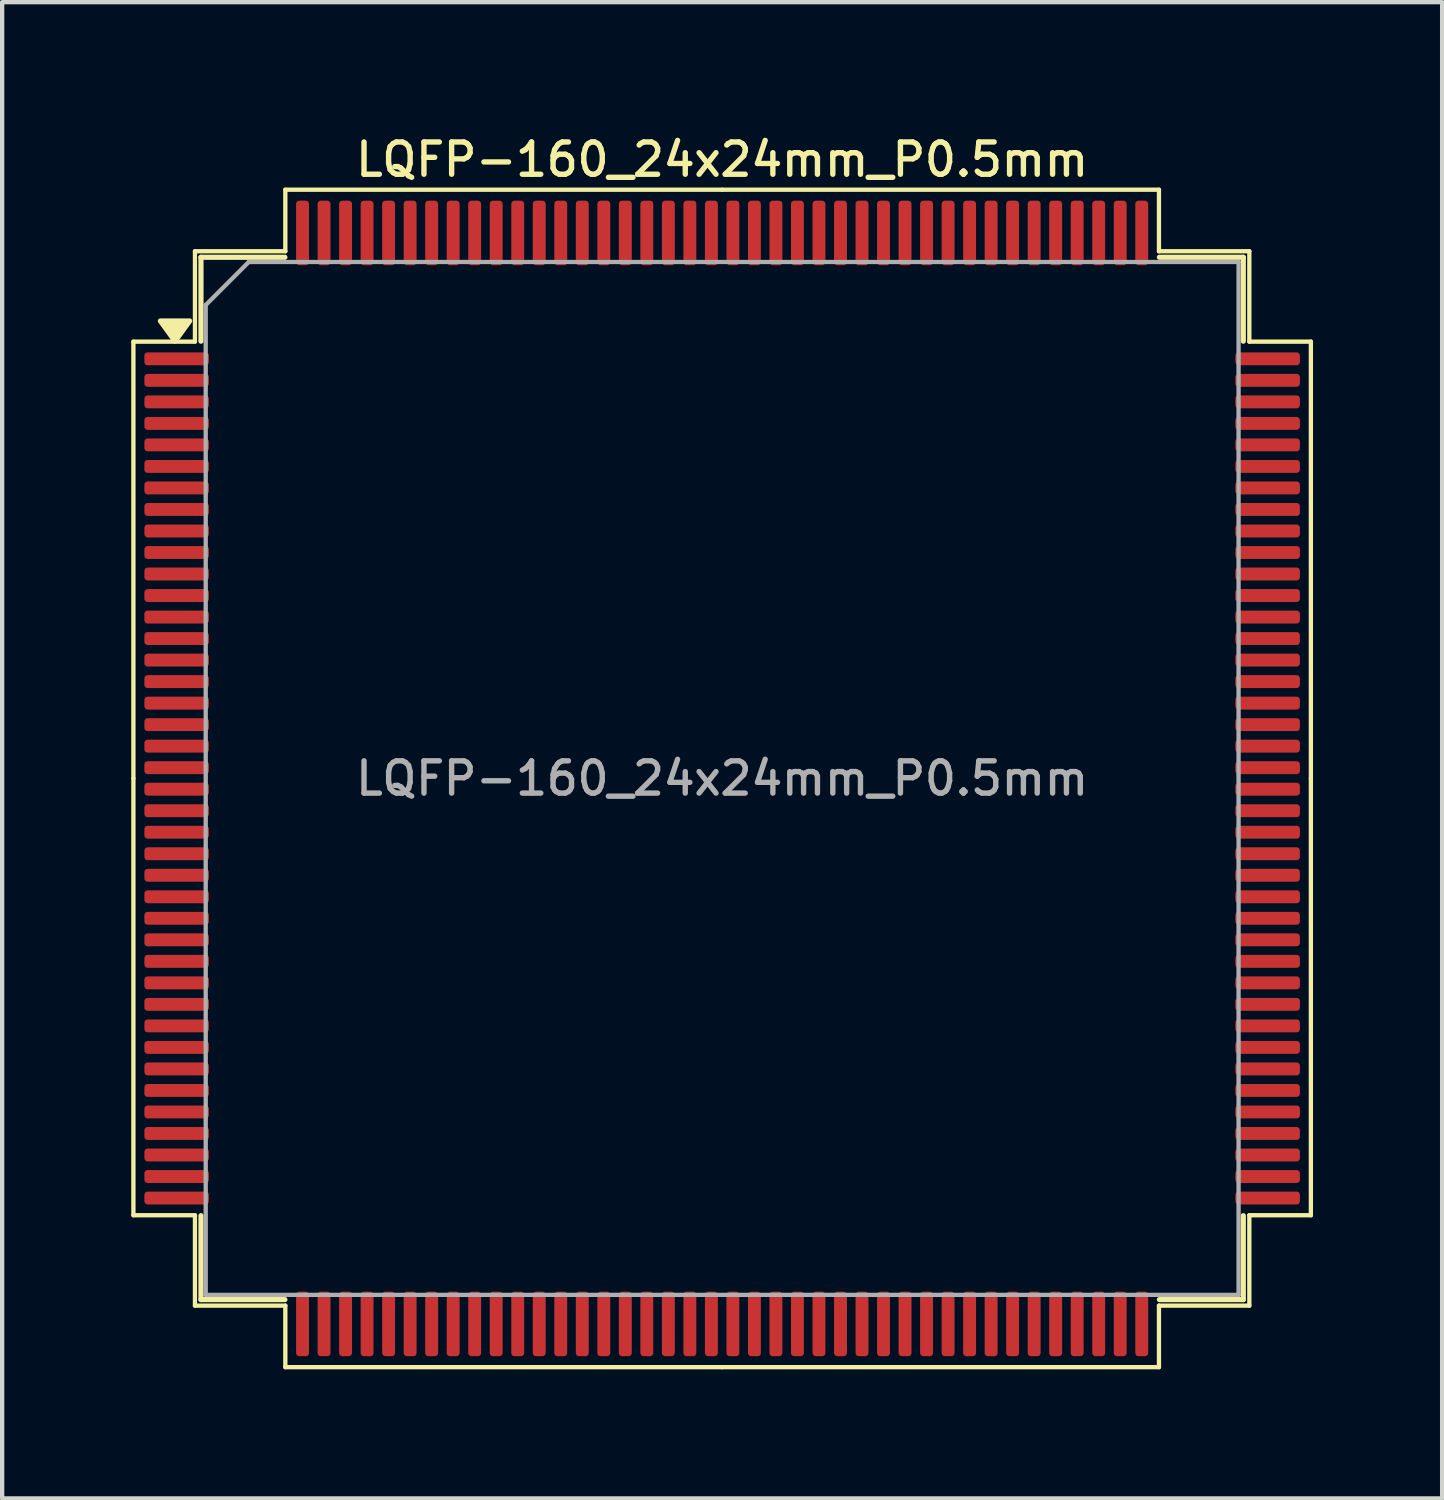
<source format=kicad_pcb>
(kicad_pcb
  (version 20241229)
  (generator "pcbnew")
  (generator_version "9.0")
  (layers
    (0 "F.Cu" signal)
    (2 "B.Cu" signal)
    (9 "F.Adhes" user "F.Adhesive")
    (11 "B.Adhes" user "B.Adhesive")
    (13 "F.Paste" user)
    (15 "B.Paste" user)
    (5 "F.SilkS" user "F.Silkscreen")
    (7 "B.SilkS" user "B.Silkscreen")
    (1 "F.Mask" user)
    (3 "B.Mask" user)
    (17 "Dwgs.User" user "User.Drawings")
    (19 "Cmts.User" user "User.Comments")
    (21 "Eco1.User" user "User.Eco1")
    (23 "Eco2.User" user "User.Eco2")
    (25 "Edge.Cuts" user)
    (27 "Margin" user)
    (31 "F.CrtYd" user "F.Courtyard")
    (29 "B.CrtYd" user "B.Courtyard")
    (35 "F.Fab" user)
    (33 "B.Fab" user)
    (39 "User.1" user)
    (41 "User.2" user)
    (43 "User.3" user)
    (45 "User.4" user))
  (footprint "LQFP-160_24x24mm_P0.5mm"
    (layer "F.Cu")
    (at 13.73 15.038)
    (property "Reference" "LQFP-160_24x24mm_P0.5mm" (at 0 -14.38 0) (layer "F.SilkS") (effects (font (size 0.75 0.75) (thickness 0.125))))
    (attr smd)
    (fp_line (start -13.68 -10.15) (end -13.68 0) (stroke (width 0.1) (type solid)) (layer "F.SilkS"))
    (fp_line (start -13.68 10.15) (end -13.68 0) (stroke (width 0.1) (type solid)) (layer "F.SilkS"))
    (fp_line (start -12.25 -12.25) (end -12.25 -10.15) (stroke (width 0.1) (type solid)) (layer "F.SilkS"))
    (fp_line (start -12.25 -10.15) (end -13.68 -10.15) (stroke (width 0.1) (type solid)) (layer "F.SilkS"))
    (fp_line (start -12.25 10.15) (end -13.68 10.15) (stroke (width 0.1) (type solid)) (layer "F.SilkS"))
    (fp_line (start -12.25 12.25) (end -12.25 10.15) (stroke (width 0.1) (type solid)) (layer "F.SilkS"))
    (fp_line (start -12.11 -12.11) (end -12.11 -10.16) (stroke (width 0.12) (type solid)) (layer "F.SilkS"))
    (fp_line (start -12.11 12.11) (end -12.11 10.16) (stroke (width 0.12) (type solid)) (layer "F.SilkS"))
    (fp_line (start -10.16 -12.11) (end -12.11 -12.11) (stroke (width 0.12) (type solid)) (layer "F.SilkS"))
    (fp_line (start -10.16 12.11) (end -12.11 12.11) (stroke (width 0.12) (type solid)) (layer "F.SilkS"))
    (fp_line (start -10.15 -13.68) (end -10.15 -12.25) (stroke (width 0.1) (type solid)) (layer "F.SilkS"))
    (fp_line (start -10.15 -12.25) (end -12.25 -12.25) (stroke (width 0.1) (type solid)) (layer "F.SilkS"))
    (fp_line (start -10.15 12.25) (end -12.25 12.25) (stroke (width 0.1) (type solid)) (layer "F.SilkS"))
    (fp_line (start -10.15 13.68) (end -10.15 12.25) (stroke (width 0.1) (type solid)) (layer "F.SilkS"))
    (fp_line (start 0 -13.68) (end -10.15 -13.68) (stroke (width 0.1) (type solid)) (layer "F.SilkS"))
    (fp_line (start 0 -13.68) (end 10.15 -13.68) (stroke (width 0.1) (type solid)) (layer "F.SilkS"))
    (fp_line (start 0 13.68) (end -10.15 13.68) (stroke (width 0.1) (type solid)) (layer "F.SilkS"))
    (fp_line (start 0 13.68) (end 10.15 13.68) (stroke (width 0.1) (type solid)) (layer "F.SilkS"))
    (fp_line (start 10.15 -13.68) (end 10.15 -12.25) (stroke (width 0.1) (type solid)) (layer "F.SilkS"))
    (fp_line (start 10.15 -12.25) (end 12.25 -12.25) (stroke (width 0.1) (type solid)) (layer "F.SilkS"))
    (fp_line (start 10.15 12.25) (end 12.25 12.25) (stroke (width 0.1) (type solid)) (layer "F.SilkS"))
    (fp_line (start 10.15 13.68) (end 10.15 12.25) (stroke (width 0.1) (type solid)) (layer "F.SilkS"))
    (fp_line (start 10.16 -12.11) (end 12.11 -12.11) (stroke (width 0.12) (type solid)) (layer "F.SilkS"))
    (fp_line (start 10.16 12.11) (end 12.11 12.11) (stroke (width 0.12) (type solid)) (layer "F.SilkS"))
    (fp_line (start 12.11 -12.11) (end 12.11 -10.16) (stroke (width 0.12) (type solid)) (layer "F.SilkS"))
    (fp_line (start 12.11 12.11) (end 12.11 10.16) (stroke (width 0.12) (type solid)) (layer "F.SilkS"))
    (fp_line (start 12.25 -12.25) (end 12.25 -10.15) (stroke (width 0.1) (type solid)) (layer "F.SilkS"))
    (fp_line (start 12.25 -10.15) (end 13.68 -10.15) (stroke (width 0.1) (type solid)) (layer "F.SilkS"))
    (fp_line (start 12.25 10.15) (end 13.68 10.15) (stroke (width 0.1) (type solid)) (layer "F.SilkS"))
    (fp_line (start 12.25 12.25) (end 12.25 10.15) (stroke (width 0.1) (type solid)) (layer "F.SilkS"))
    (fp_line (start 13.68 -10.15) (end 13.68 0) (stroke (width 0.1) (type solid)) (layer "F.SilkS"))
    (fp_line (start 13.68 10.15) (end 13.68 0) (stroke (width 0.1) (type solid)) (layer "F.SilkS"))
    (fp_poly (pts (xy -12.713 -10.16) (xy -13.053 -10.63) (xy -12.373 -10.63) (xy -12.713 -10.16)) (stroke (width 0.12) (type solid)) (fill yes) (layer "F.SilkS"))
    (fp_line (start -12 -11) (end -11 -12) (stroke (width 0.1) (type solid)) (layer "F.Fab"))
    (fp_line (start -12 12) (end -12 -11) (stroke (width 0.1) (type solid)) (layer "F.Fab"))
    (fp_line (start -11 -12) (end 12 -12) (stroke (width 0.1) (type solid)) (layer "F.Fab"))
    (fp_line (start 12 -12) (end 12 12) (stroke (width 0.1) (type solid)) (layer "F.Fab"))
    (fp_line (start 12 12) (end -12 12) (stroke (width 0.1) (type solid)) (layer "F.Fab"))
    (fp_text user "${REFERENCE}" (at 0 0 0) (layer "F.Fab") (effects (font (size 0.75 0.75) (thickness 0.125))))
    (pad "1" smd roundrect (at -12.675 -9.75) (size 1.5 0.3) (layers "F.Cu" "F.Mask" "F.Paste") (roundrect_rratio 0.25))
    (pad "2" smd roundrect (at -12.675 -9.25) (size 1.5 0.3) (layers "F.Cu" "F.Mask" "F.Paste") (roundrect_rratio 0.25))
    (pad "3" smd roundrect (at -12.675 -8.75) (size 1.5 0.3) (layers "F.Cu" "F.Mask" "F.Paste") (roundrect_rratio 0.25))
    (pad "4" smd roundrect (at -12.675 -8.25) (size 1.5 0.3) (layers "F.Cu" "F.Mask" "F.Paste") (roundrect_rratio 0.25))
    (pad "5" smd roundrect (at -12.675 -7.75) (size 1.5 0.3) (layers "F.Cu" "F.Mask" "F.Paste") (roundrect_rratio 0.25))
    (pad "6" smd roundrect (at -12.675 -7.25) (size 1.5 0.3) (layers "F.Cu" "F.Mask" "F.Paste") (roundrect_rratio 0.25))
    (pad "7" smd roundrect (at -12.675 -6.75) (size 1.5 0.3) (layers "F.Cu" "F.Mask" "F.Paste") (roundrect_rratio 0.25))
    (pad "8" smd roundrect (at -12.675 -6.25) (size 1.5 0.3) (layers "F.Cu" "F.Mask" "F.Paste") (roundrect_rratio 0.25))
    (pad "9" smd roundrect (at -12.675 -5.75) (size 1.5 0.3) (layers "F.Cu" "F.Mask" "F.Paste") (roundrect_rratio 0.25))
    (pad "10" smd roundrect (at -12.675 -5.25) (size 1.5 0.3) (layers "F.Cu" "F.Mask" "F.Paste") (roundrect_rratio 0.25))
    (pad "11" smd roundrect (at -12.675 -4.75) (size 1.5 0.3) (layers "F.Cu" "F.Mask" "F.Paste") (roundrect_rratio 0.25))
    (pad "12" smd roundrect (at -12.675 -4.25) (size 1.5 0.3) (layers "F.Cu" "F.Mask" "F.Paste") (roundrect_rratio 0.25))
    (pad "13" smd roundrect (at -12.675 -3.75) (size 1.5 0.3) (layers "F.Cu" "F.Mask" "F.Paste") (roundrect_rratio 0.25))
    (pad "14" smd roundrect (at -12.675 -3.25) (size 1.5 0.3) (layers "F.Cu" "F.Mask" "F.Paste") (roundrect_rratio 0.25))
    (pad "15" smd roundrect (at -12.675 -2.75) (size 1.5 0.3) (layers "F.Cu" "F.Mask" "F.Paste") (roundrect_rratio 0.25))
    (pad "16" smd roundrect (at -12.675 -2.25) (size 1.5 0.3) (layers "F.Cu" "F.Mask" "F.Paste") (roundrect_rratio 0.25))
    (pad "17" smd roundrect (at -12.675 -1.75) (size 1.5 0.3) (layers "F.Cu" "F.Mask" "F.Paste") (roundrect_rratio 0.25))
    (pad "18" smd roundrect (at -12.675 -1.25) (size 1.5 0.3) (layers "F.Cu" "F.Mask" "F.Paste") (roundrect_rratio 0.25))
    (pad "19" smd roundrect (at -12.675 -0.75) (size 1.5 0.3) (layers "F.Cu" "F.Mask" "F.Paste") (roundrect_rratio 0.25))
    (pad "20" smd roundrect (at -12.675 -0.25) (size 1.5 0.3) (layers "F.Cu" "F.Mask" "F.Paste") (roundrect_rratio 0.25))
    (pad "21" smd roundrect (at -12.675 0.25) (size 1.5 0.3) (layers "F.Cu" "F.Mask" "F.Paste") (roundrect_rratio 0.25))
    (pad "22" smd roundrect (at -12.675 0.75) (size 1.5 0.3) (layers "F.Cu" "F.Mask" "F.Paste") (roundrect_rratio 0.25))
    (pad "23" smd roundrect (at -12.675 1.25) (size 1.5 0.3) (layers "F.Cu" "F.Mask" "F.Paste") (roundrect_rratio 0.25))
    (pad "24" smd roundrect (at -12.675 1.75) (size 1.5 0.3) (layers "F.Cu" "F.Mask" "F.Paste") (roundrect_rratio 0.25))
    (pad "25" smd roundrect (at -12.675 2.25) (size 1.5 0.3) (layers "F.Cu" "F.Mask" "F.Paste") (roundrect_rratio 0.25))
    (pad "26" smd roundrect (at -12.675 2.75) (size 1.5 0.3) (layers "F.Cu" "F.Mask" "F.Paste") (roundrect_rratio 0.25))
    (pad "27" smd roundrect (at -12.675 3.25) (size 1.5 0.3) (layers "F.Cu" "F.Mask" "F.Paste") (roundrect_rratio 0.25))
    (pad "28" smd roundrect (at -12.675 3.75) (size 1.5 0.3) (layers "F.Cu" "F.Mask" "F.Paste") (roundrect_rratio 0.25))
    (pad "29" smd roundrect (at -12.675 4.25) (size 1.5 0.3) (layers "F.Cu" "F.Mask" "F.Paste") (roundrect_rratio 0.25))
    (pad "30" smd roundrect (at -12.675 4.75) (size 1.5 0.3) (layers "F.Cu" "F.Mask" "F.Paste") (roundrect_rratio 0.25))
    (pad "31" smd roundrect (at -12.675 5.25) (size 1.5 0.3) (layers "F.Cu" "F.Mask" "F.Paste") (roundrect_rratio 0.25))
    (pad "32" smd roundrect (at -12.675 5.75) (size 1.5 0.3) (layers "F.Cu" "F.Mask" "F.Paste") (roundrect_rratio 0.25))
    (pad "33" smd roundrect (at -12.675 6.25) (size 1.5 0.3) (layers "F.Cu" "F.Mask" "F.Paste") (roundrect_rratio 0.25))
    (pad "34" smd roundrect (at -12.675 6.75) (size 1.5 0.3) (layers "F.Cu" "F.Mask" "F.Paste") (roundrect_rratio 0.25))
    (pad "35" smd roundrect (at -12.675 7.25) (size 1.5 0.3) (layers "F.Cu" "F.Mask" "F.Paste") (roundrect_rratio 0.25))
    (pad "36" smd roundrect (at -12.675 7.75) (size 1.5 0.3) (layers "F.Cu" "F.Mask" "F.Paste") (roundrect_rratio 0.25))
    (pad "37" smd roundrect (at -12.675 8.25) (size 1.5 0.3) (layers "F.Cu" "F.Mask" "F.Paste") (roundrect_rratio 0.25))
    (pad "38" smd roundrect (at -12.675 8.75) (size 1.5 0.3) (layers "F.Cu" "F.Mask" "F.Paste") (roundrect_rratio 0.25))
    (pad "39" smd roundrect (at -12.675 9.25) (size 1.5 0.3) (layers "F.Cu" "F.Mask" "F.Paste") (roundrect_rratio 0.25))
    (pad "40" smd roundrect (at -12.675 9.75) (size 1.5 0.3) (layers "F.Cu" "F.Mask" "F.Paste") (roundrect_rratio 0.25))
    (pad "41" smd roundrect (at -9.75 12.675) (size 0.3 1.5) (layers "F.Cu" "F.Mask" "F.Paste") (roundrect_rratio 0.25))
    (pad "42" smd roundrect (at -9.25 12.675) (size 0.3 1.5) (layers "F.Cu" "F.Mask" "F.Paste") (roundrect_rratio 0.25))
    (pad "43" smd roundrect (at -8.75 12.675) (size 0.3 1.5) (layers "F.Cu" "F.Mask" "F.Paste") (roundrect_rratio 0.25))
    (pad "44" smd roundrect (at -8.25 12.675) (size 0.3 1.5) (layers "F.Cu" "F.Mask" "F.Paste") (roundrect_rratio 0.25))
    (pad "45" smd roundrect (at -7.75 12.675) (size 0.3 1.5) (layers "F.Cu" "F.Mask" "F.Paste") (roundrect_rratio 0.25))
    (pad "46" smd roundrect (at -7.25 12.675) (size 0.3 1.5) (layers "F.Cu" "F.Mask" "F.Paste") (roundrect_rratio 0.25))
    (pad "47" smd roundrect (at -6.75 12.675) (size 0.3 1.5) (layers "F.Cu" "F.Mask" "F.Paste") (roundrect_rratio 0.25))
    (pad "48" smd roundrect (at -6.25 12.675) (size 0.3 1.5) (layers "F.Cu" "F.Mask" "F.Paste") (roundrect_rratio 0.25))
    (pad "49" smd roundrect (at -5.75 12.675) (size 0.3 1.5) (layers "F.Cu" "F.Mask" "F.Paste") (roundrect_rratio 0.25))
    (pad "50" smd roundrect (at -5.25 12.675) (size 0.3 1.5) (layers "F.Cu" "F.Mask" "F.Paste") (roundrect_rratio 0.25))
    (pad "51" smd roundrect (at -4.75 12.675) (size 0.3 1.5) (layers "F.Cu" "F.Mask" "F.Paste") (roundrect_rratio 0.25))
    (pad "52" smd roundrect (at -4.25 12.675) (size 0.3 1.5) (layers "F.Cu" "F.Mask" "F.Paste") (roundrect_rratio 0.25))
    (pad "53" smd roundrect (at -3.75 12.675) (size 0.3 1.5) (layers "F.Cu" "F.Mask" "F.Paste") (roundrect_rratio 0.25))
    (pad "54" smd roundrect (at -3.25 12.675) (size 0.3 1.5) (layers "F.Cu" "F.Mask" "F.Paste") (roundrect_rratio 0.25))
    (pad "55" smd roundrect (at -2.75 12.675) (size 0.3 1.5) (layers "F.Cu" "F.Mask" "F.Paste") (roundrect_rratio 0.25))
    (pad "56" smd roundrect (at -2.25 12.675) (size 0.3 1.5) (layers "F.Cu" "F.Mask" "F.Paste") (roundrect_rratio 0.25))
    (pad "57" smd roundrect (at -1.75 12.675) (size 0.3 1.5) (layers "F.Cu" "F.Mask" "F.Paste") (roundrect_rratio 0.25))
    (pad "58" smd roundrect (at -1.25 12.675) (size 0.3 1.5) (layers "F.Cu" "F.Mask" "F.Paste") (roundrect_rratio 0.25))
    (pad "59" smd roundrect (at -0.75 12.675) (size 0.3 1.5) (layers "F.Cu" "F.Mask" "F.Paste") (roundrect_rratio 0.25))
    (pad "60" smd roundrect (at -0.25 12.675) (size 0.3 1.5) (layers "F.Cu" "F.Mask" "F.Paste") (roundrect_rratio 0.25))
    (pad "61" smd roundrect (at 0.25 12.675) (size 0.3 1.5) (layers "F.Cu" "F.Mask" "F.Paste") (roundrect_rratio 0.25))
    (pad "62" smd roundrect (at 0.75 12.675) (size 0.3 1.5) (layers "F.Cu" "F.Mask" "F.Paste") (roundrect_rratio 0.25))
    (pad "63" smd roundrect (at 1.25 12.675) (size 0.3 1.5) (layers "F.Cu" "F.Mask" "F.Paste") (roundrect_rratio 0.25))
    (pad "64" smd roundrect (at 1.75 12.675) (size 0.3 1.5) (layers "F.Cu" "F.Mask" "F.Paste") (roundrect_rratio 0.25))
    (pad "65" smd roundrect (at 2.25 12.675) (size 0.3 1.5) (layers "F.Cu" "F.Mask" "F.Paste") (roundrect_rratio 0.25))
    (pad "66" smd roundrect (at 2.75 12.675) (size 0.3 1.5) (layers "F.Cu" "F.Mask" "F.Paste") (roundrect_rratio 0.25))
    (pad "67" smd roundrect (at 3.25 12.675) (size 0.3 1.5) (layers "F.Cu" "F.Mask" "F.Paste") (roundrect_rratio 0.25))
    (pad "68" smd roundrect (at 3.75 12.675) (size 0.3 1.5) (layers "F.Cu" "F.Mask" "F.Paste") (roundrect_rratio 0.25))
    (pad "69" smd roundrect (at 4.25 12.675) (size 0.3 1.5) (layers "F.Cu" "F.Mask" "F.Paste") (roundrect_rratio 0.25))
    (pad "70" smd roundrect (at 4.75 12.675) (size 0.3 1.5) (layers "F.Cu" "F.Mask" "F.Paste") (roundrect_rratio 0.25))
    (pad "71" smd roundrect (at 5.25 12.675) (size 0.3 1.5) (layers "F.Cu" "F.Mask" "F.Paste") (roundrect_rratio 0.25))
    (pad "72" smd roundrect (at 5.75 12.675) (size 0.3 1.5) (layers "F.Cu" "F.Mask" "F.Paste") (roundrect_rratio 0.25))
    (pad "73" smd roundrect (at 6.25 12.675) (size 0.3 1.5) (layers "F.Cu" "F.Mask" "F.Paste") (roundrect_rratio 0.25))
    (pad "74" smd roundrect (at 6.75 12.675) (size 0.3 1.5) (layers "F.Cu" "F.Mask" "F.Paste") (roundrect_rratio 0.25))
    (pad "75" smd roundrect (at 7.25 12.675) (size 0.3 1.5) (layers "F.Cu" "F.Mask" "F.Paste") (roundrect_rratio 0.25))
    (pad "76" smd roundrect (at 7.75 12.675) (size 0.3 1.5) (layers "F.Cu" "F.Mask" "F.Paste") (roundrect_rratio 0.25))
    (pad "77" smd roundrect (at 8.25 12.675) (size 0.3 1.5) (layers "F.Cu" "F.Mask" "F.Paste") (roundrect_rratio 0.25))
    (pad "78" smd roundrect (at 8.75 12.675) (size 0.3 1.5) (layers "F.Cu" "F.Mask" "F.Paste") (roundrect_rratio 0.25))
    (pad "79" smd roundrect (at 9.25 12.675) (size 0.3 1.5) (layers "F.Cu" "F.Mask" "F.Paste") (roundrect_rratio 0.25))
    (pad "80" smd roundrect (at 9.75 12.675) (size 0.3 1.5) (layers "F.Cu" "F.Mask" "F.Paste") (roundrect_rratio 0.25))
    (pad "81" smd roundrect (at 12.675 9.75) (size 1.5 0.3) (layers "F.Cu" "F.Mask" "F.Paste") (roundrect_rratio 0.25))
    (pad "82" smd roundrect (at 12.675 9.25) (size 1.5 0.3) (layers "F.Cu" "F.Mask" "F.Paste") (roundrect_rratio 0.25))
    (pad "83" smd roundrect (at 12.675 8.75) (size 1.5 0.3) (layers "F.Cu" "F.Mask" "F.Paste") (roundrect_rratio 0.25))
    (pad "84" smd roundrect (at 12.675 8.25) (size 1.5 0.3) (layers "F.Cu" "F.Mask" "F.Paste") (roundrect_rratio 0.25))
    (pad "85" smd roundrect (at 12.675 7.75) (size 1.5 0.3) (layers "F.Cu" "F.Mask" "F.Paste") (roundrect_rratio 0.25))
    (pad "86" smd roundrect (at 12.675 7.25) (size 1.5 0.3) (layers "F.Cu" "F.Mask" "F.Paste") (roundrect_rratio 0.25))
    (pad "87" smd roundrect (at 12.675 6.75) (size 1.5 0.3) (layers "F.Cu" "F.Mask" "F.Paste") (roundrect_rratio 0.25))
    (pad "88" smd roundrect (at 12.675 6.25) (size 1.5 0.3) (layers "F.Cu" "F.Mask" "F.Paste") (roundrect_rratio 0.25))
    (pad "89" smd roundrect (at 12.675 5.75) (size 1.5 0.3) (layers "F.Cu" "F.Mask" "F.Paste") (roundrect_rratio 0.25))
    (pad "90" smd roundrect (at 12.675 5.25) (size 1.5 0.3) (layers "F.Cu" "F.Mask" "F.Paste") (roundrect_rratio 0.25))
    (pad "91" smd roundrect (at 12.675 4.75) (size 1.5 0.3) (layers "F.Cu" "F.Mask" "F.Paste") (roundrect_rratio 0.25))
    (pad "92" smd roundrect (at 12.675 4.25) (size 1.5 0.3) (layers "F.Cu" "F.Mask" "F.Paste") (roundrect_rratio 0.25))
    (pad "93" smd roundrect (at 12.675 3.75) (size 1.5 0.3) (layers "F.Cu" "F.Mask" "F.Paste") (roundrect_rratio 0.25))
    (pad "94" smd roundrect (at 12.675 3.25) (size 1.5 0.3) (layers "F.Cu" "F.Mask" "F.Paste") (roundrect_rratio 0.25))
    (pad "95" smd roundrect (at 12.675 2.75) (size 1.5 0.3) (layers "F.Cu" "F.Mask" "F.Paste") (roundrect_rratio 0.25))
    (pad "96" smd roundrect (at 12.675 2.25) (size 1.5 0.3) (layers "F.Cu" "F.Mask" "F.Paste") (roundrect_rratio 0.25))
    (pad "97" smd roundrect (at 12.675 1.75) (size 1.5 0.3) (layers "F.Cu" "F.Mask" "F.Paste") (roundrect_rratio 0.25))
    (pad "98" smd roundrect (at 12.675 1.25) (size 1.5 0.3) (layers "F.Cu" "F.Mask" "F.Paste") (roundrect_rratio 0.25))
    (pad "99" smd roundrect (at 12.675 0.75) (size 1.5 0.3) (layers "F.Cu" "F.Mask" "F.Paste") (roundrect_rratio 0.25))
    (pad "100" smd roundrect (at 12.675 0.25) (size 1.5 0.3) (layers "F.Cu" "F.Mask" "F.Paste") (roundrect_rratio 0.25))
    (pad "101" smd roundrect (at 12.675 -0.25) (size 1.5 0.3) (layers "F.Cu" "F.Mask" "F.Paste") (roundrect_rratio 0.25))
    (pad "102" smd roundrect (at 12.675 -0.75) (size 1.5 0.3) (layers "F.Cu" "F.Mask" "F.Paste") (roundrect_rratio 0.25))
    (pad "103" smd roundrect (at 12.675 -1.25) (size 1.5 0.3) (layers "F.Cu" "F.Mask" "F.Paste") (roundrect_rratio 0.25))
    (pad "104" smd roundrect (at 12.675 -1.75) (size 1.5 0.3) (layers "F.Cu" "F.Mask" "F.Paste") (roundrect_rratio 0.25))
    (pad "105" smd roundrect (at 12.675 -2.25) (size 1.5 0.3) (layers "F.Cu" "F.Mask" "F.Paste") (roundrect_rratio 0.25))
    (pad "106" smd roundrect (at 12.675 -2.75) (size 1.5 0.3) (layers "F.Cu" "F.Mask" "F.Paste") (roundrect_rratio 0.25))
    (pad "107" smd roundrect (at 12.675 -3.25) (size 1.5 0.3) (layers "F.Cu" "F.Mask" "F.Paste") (roundrect_rratio 0.25))
    (pad "108" smd roundrect (at 12.675 -3.75) (size 1.5 0.3) (layers "F.Cu" "F.Mask" "F.Paste") (roundrect_rratio 0.25))
    (pad "109" smd roundrect (at 12.675 -4.25) (size 1.5 0.3) (layers "F.Cu" "F.Mask" "F.Paste") (roundrect_rratio 0.25))
    (pad "110" smd roundrect (at 12.675 -4.75) (size 1.5 0.3) (layers "F.Cu" "F.Mask" "F.Paste") (roundrect_rratio 0.25))
    (pad "111" smd roundrect (at 12.675 -5.25) (size 1.5 0.3) (layers "F.Cu" "F.Mask" "F.Paste") (roundrect_rratio 0.25))
    (pad "112" smd roundrect (at 12.675 -5.75) (size 1.5 0.3) (layers "F.Cu" "F.Mask" "F.Paste") (roundrect_rratio 0.25))
    (pad "113" smd roundrect (at 12.675 -6.25) (size 1.5 0.3) (layers "F.Cu" "F.Mask" "F.Paste") (roundrect_rratio 0.25))
    (pad "114" smd roundrect (at 12.675 -6.75) (size 1.5 0.3) (layers "F.Cu" "F.Mask" "F.Paste") (roundrect_rratio 0.25))
    (pad "115" smd roundrect (at 12.675 -7.25) (size 1.5 0.3) (layers "F.Cu" "F.Mask" "F.Paste") (roundrect_rratio 0.25))
    (pad "116" smd roundrect (at 12.675 -7.75) (size 1.5 0.3) (layers "F.Cu" "F.Mask" "F.Paste") (roundrect_rratio 0.25))
    (pad "117" smd roundrect (at 12.675 -8.25) (size 1.5 0.3) (layers "F.Cu" "F.Mask" "F.Paste") (roundrect_rratio 0.25))
    (pad "118" smd roundrect (at 12.675 -8.75) (size 1.5 0.3) (layers "F.Cu" "F.Mask" "F.Paste") (roundrect_rratio 0.25))
    (pad "119" smd roundrect (at 12.675 -9.25) (size 1.5 0.3) (layers "F.Cu" "F.Mask" "F.Paste") (roundrect_rratio 0.25))
    (pad "120" smd roundrect (at 12.675 -9.75) (size 1.5 0.3) (layers "F.Cu" "F.Mask" "F.Paste") (roundrect_rratio 0.25))
    (pad "121" smd roundrect (at 9.75 -12.675) (size 0.3 1.5) (layers "F.Cu" "F.Mask" "F.Paste") (roundrect_rratio 0.25))
    (pad "122" smd roundrect (at 9.25 -12.675) (size 0.3 1.5) (layers "F.Cu" "F.Mask" "F.Paste") (roundrect_rratio 0.25))
    (pad "123" smd roundrect (at 8.75 -12.675) (size 0.3 1.5) (layers "F.Cu" "F.Mask" "F.Paste") (roundrect_rratio 0.25))
    (pad "124" smd roundrect (at 8.25 -12.675) (size 0.3 1.5) (layers "F.Cu" "F.Mask" "F.Paste") (roundrect_rratio 0.25))
    (pad "125" smd roundrect (at 7.75 -12.675) (size 0.3 1.5) (layers "F.Cu" "F.Mask" "F.Paste") (roundrect_rratio 0.25))
    (pad "126" smd roundrect (at 7.25 -12.675) (size 0.3 1.5) (layers "F.Cu" "F.Mask" "F.Paste") (roundrect_rratio 0.25))
    (pad "127" smd roundrect (at 6.75 -12.675) (size 0.3 1.5) (layers "F.Cu" "F.Mask" "F.Paste") (roundrect_rratio 0.25))
    (pad "128" smd roundrect (at 6.25 -12.675) (size 0.3 1.5) (layers "F.Cu" "F.Mask" "F.Paste") (roundrect_rratio 0.25))
    (pad "129" smd roundrect (at 5.75 -12.675) (size 0.3 1.5) (layers "F.Cu" "F.Mask" "F.Paste") (roundrect_rratio 0.25))
    (pad "130" smd roundrect (at 5.25 -12.675) (size 0.3 1.5) (layers "F.Cu" "F.Mask" "F.Paste") (roundrect_rratio 0.25))
    (pad "131" smd roundrect (at 4.75 -12.675) (size 0.3 1.5) (layers "F.Cu" "F.Mask" "F.Paste") (roundrect_rratio 0.25))
    (pad "132" smd roundrect (at 4.25 -12.675) (size 0.3 1.5) (layers "F.Cu" "F.Mask" "F.Paste") (roundrect_rratio 0.25))
    (pad "133" smd roundrect (at 3.75 -12.675) (size 0.3 1.5) (layers "F.Cu" "F.Mask" "F.Paste") (roundrect_rratio 0.25))
    (pad "134" smd roundrect (at 3.25 -12.675) (size 0.3 1.5) (layers "F.Cu" "F.Mask" "F.Paste") (roundrect_rratio 0.25))
    (pad "135" smd roundrect (at 2.75 -12.675) (size 0.3 1.5) (layers "F.Cu" "F.Mask" "F.Paste") (roundrect_rratio 0.25))
    (pad "136" smd roundrect (at 2.25 -12.675) (size 0.3 1.5) (layers "F.Cu" "F.Mask" "F.Paste") (roundrect_rratio 0.25))
    (pad "137" smd roundrect (at 1.75 -12.675) (size 0.3 1.5) (layers "F.Cu" "F.Mask" "F.Paste") (roundrect_rratio 0.25))
    (pad "138" smd roundrect (at 1.25 -12.675) (size 0.3 1.5) (layers "F.Cu" "F.Mask" "F.Paste") (roundrect_rratio 0.25))
    (pad "139" smd roundrect (at 0.75 -12.675) (size 0.3 1.5) (layers "F.Cu" "F.Mask" "F.Paste") (roundrect_rratio 0.25))
    (pad "140" smd roundrect (at 0.25 -12.675) (size 0.3 1.5) (layers "F.Cu" "F.Mask" "F.Paste") (roundrect_rratio 0.25))
    (pad "141" smd roundrect (at -0.25 -12.675) (size 0.3 1.5) (layers "F.Cu" "F.Mask" "F.Paste") (roundrect_rratio 0.25))
    (pad "142" smd roundrect (at -0.75 -12.675) (size 0.3 1.5) (layers "F.Cu" "F.Mask" "F.Paste") (roundrect_rratio 0.25))
    (pad "143" smd roundrect (at -1.25 -12.675) (size 0.3 1.5) (layers "F.Cu" "F.Mask" "F.Paste") (roundrect_rratio 0.25))
    (pad "144" smd roundrect (at -1.75 -12.675) (size 0.3 1.5) (layers "F.Cu" "F.Mask" "F.Paste") (roundrect_rratio 0.25))
    (pad "145" smd roundrect (at -2.25 -12.675) (size 0.3 1.5) (layers "F.Cu" "F.Mask" "F.Paste") (roundrect_rratio 0.25))
    (pad "146" smd roundrect (at -2.75 -12.675) (size 0.3 1.5) (layers "F.Cu" "F.Mask" "F.Paste") (roundrect_rratio 0.25))
    (pad "147" smd roundrect (at -3.25 -12.675) (size 0.3 1.5) (layers "F.Cu" "F.Mask" "F.Paste") (roundrect_rratio 0.25))
    (pad "148" smd roundrect (at -3.75 -12.675) (size 0.3 1.5) (layers "F.Cu" "F.Mask" "F.Paste") (roundrect_rratio 0.25))
    (pad "149" smd roundrect (at -4.25 -12.675) (size 0.3 1.5) (layers "F.Cu" "F.Mask" "F.Paste") (roundrect_rratio 0.25))
    (pad "150" smd roundrect (at -4.75 -12.675) (size 0.3 1.5) (layers "F.Cu" "F.Mask" "F.Paste") (roundrect_rratio 0.25))
    (pad "151" smd roundrect (at -5.25 -12.675) (size 0.3 1.5) (layers "F.Cu" "F.Mask" "F.Paste") (roundrect_rratio 0.25))
    (pad "152" smd roundrect (at -5.75 -12.675) (size 0.3 1.5) (layers "F.Cu" "F.Mask" "F.Paste") (roundrect_rratio 0.25))
    (pad "153" smd roundrect (at -6.25 -12.675) (size 0.3 1.5) (layers "F.Cu" "F.Mask" "F.Paste") (roundrect_rratio 0.25))
    (pad "154" smd roundrect (at -6.75 -12.675) (size 0.3 1.5) (layers "F.Cu" "F.Mask" "F.Paste") (roundrect_rratio 0.25))
    (pad "155" smd roundrect (at -7.25 -12.675) (size 0.3 1.5) (layers "F.Cu" "F.Mask" "F.Paste") (roundrect_rratio 0.25))
    (pad "156" smd roundrect (at -7.75 -12.675) (size 0.3 1.5) (layers "F.Cu" "F.Mask" "F.Paste") (roundrect_rratio 0.25))
    (pad "157" smd roundrect (at -8.25 -12.675) (size 0.3 1.5) (layers "F.Cu" "F.Mask" "F.Paste") (roundrect_rratio 0.25))
    (pad "158" smd roundrect (at -8.75 -12.675) (size 0.3 1.5) (layers "F.Cu" "F.Mask" "F.Paste") (roundrect_rratio 0.25))
    (pad "159" smd roundrect (at -9.25 -12.675) (size 0.3 1.5) (layers "F.Cu" "F.Mask" "F.Paste") (roundrect_rratio 0.25))
    (pad "160" smd roundrect (at -9.75 -12.675) (size 0.3 1.5) (layers "F.Cu" "F.Mask" "F.Paste") (roundrect_rratio 0.25)))
  (gr_rect
    (start -3 -3)
    (end 30.46 31.768)
    (stroke (width 0.1) (type default))
    (fill no)
    (layer "Edge.Cuts")))
</source>
